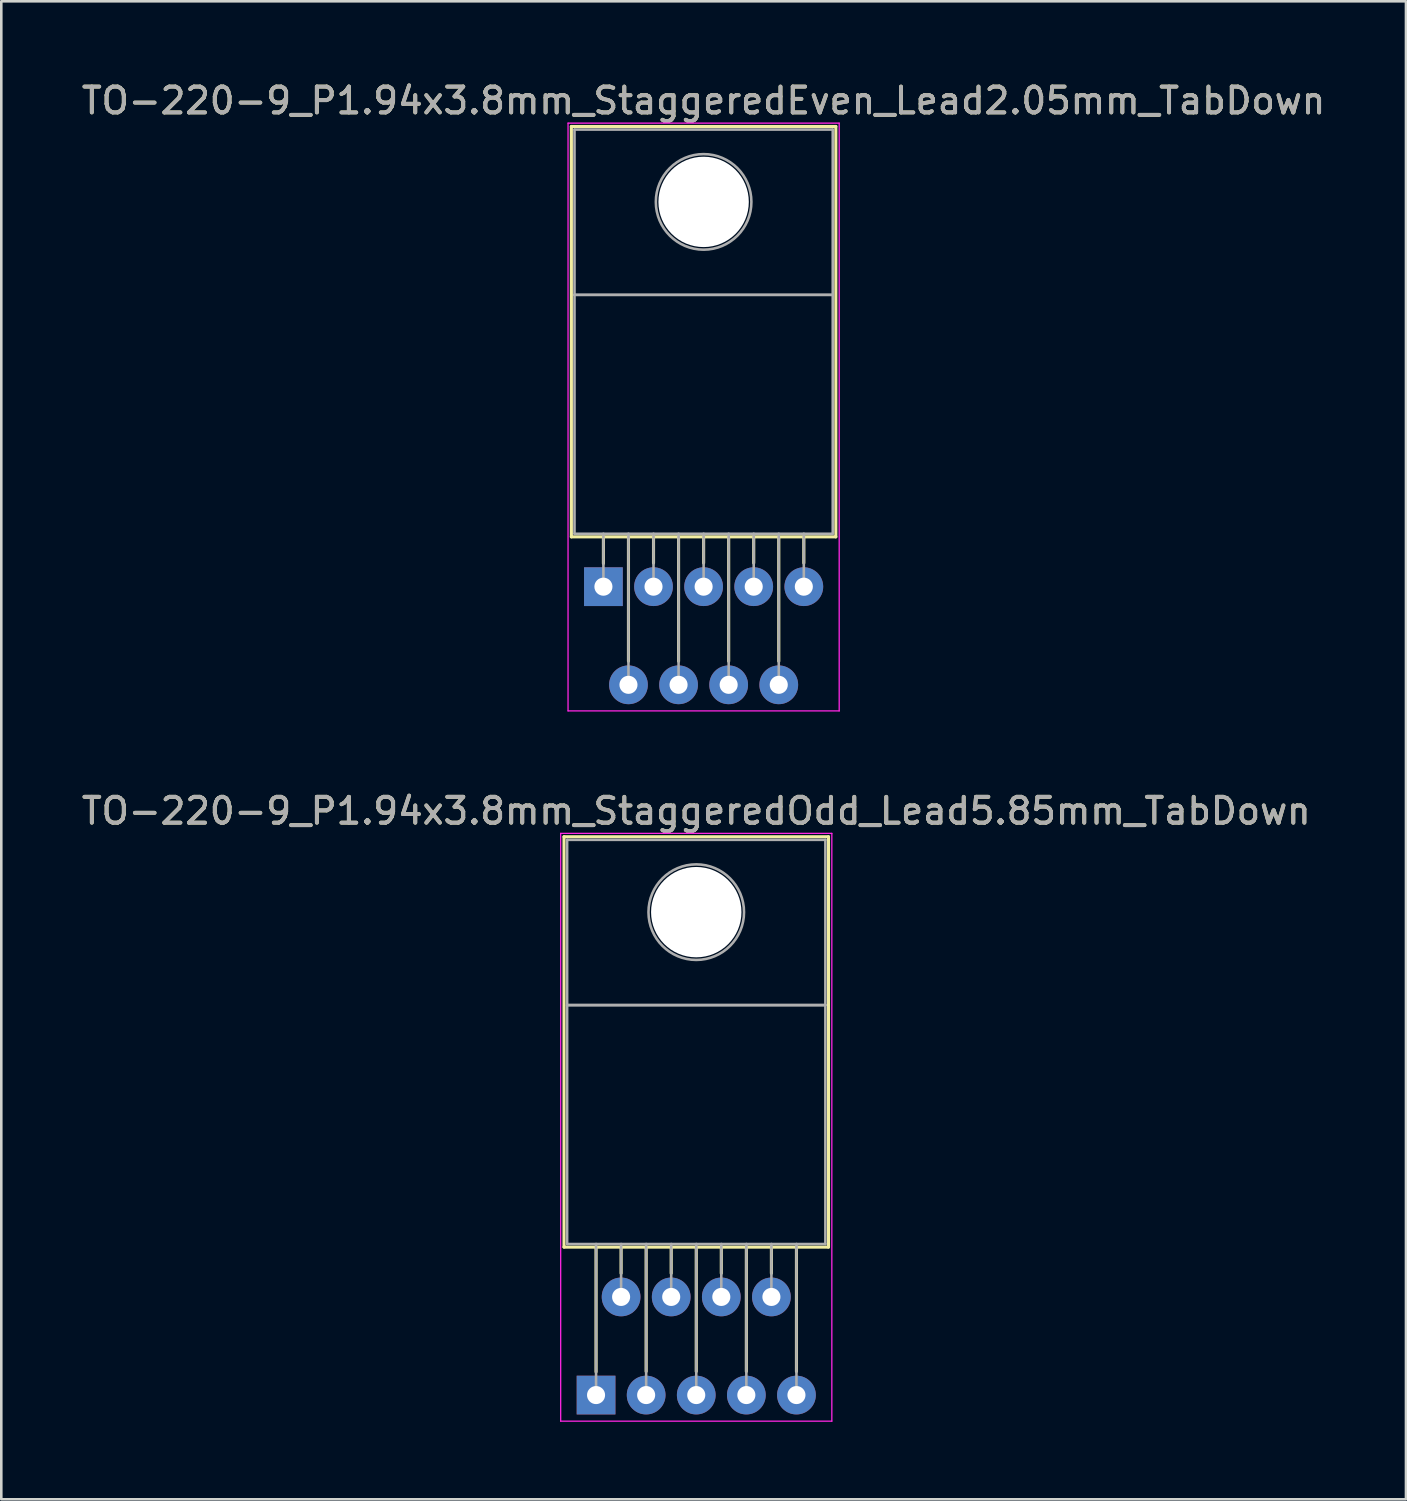
<source format=kicad_pcb>
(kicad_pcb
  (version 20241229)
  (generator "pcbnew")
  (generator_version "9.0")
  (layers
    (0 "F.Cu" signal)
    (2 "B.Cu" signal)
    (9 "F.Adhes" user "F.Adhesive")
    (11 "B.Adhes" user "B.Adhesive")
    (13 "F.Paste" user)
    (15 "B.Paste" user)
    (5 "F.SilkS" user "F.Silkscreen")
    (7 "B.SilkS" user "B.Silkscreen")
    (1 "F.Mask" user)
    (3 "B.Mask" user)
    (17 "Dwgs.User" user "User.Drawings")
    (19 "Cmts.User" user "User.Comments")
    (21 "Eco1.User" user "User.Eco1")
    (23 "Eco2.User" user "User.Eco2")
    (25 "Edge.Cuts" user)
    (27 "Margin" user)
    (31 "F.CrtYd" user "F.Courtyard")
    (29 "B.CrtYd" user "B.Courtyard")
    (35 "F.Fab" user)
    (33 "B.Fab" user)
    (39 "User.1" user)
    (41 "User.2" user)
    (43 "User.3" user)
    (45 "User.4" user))
  (footprint "TO-220-9_P1.94x3.8mm_StaggeredOdd_Lead5.85mm_TabDown"
    (layer "F.Cu")
    (at 20.031 50.971)
    (property "Reference" "TO-220-9_P1.94x3.8mm_StaggeredOdd_Lead5.85mm_TabDown" (at 3.88 -22.62 0) (layer "F.SilkS") (effects (font (size 1 1) (thickness 0.15))))
    (attr through_hole)
    (fp_line (start -1.241 -21.62) (end -1.241 -5.73) (stroke (width 0.12) (type solid)) (layer "F.SilkS"))
    (fp_line (start -1.241 -21.62) (end 9 -21.62) (stroke (width 0.12) (type solid)) (layer "F.SilkS"))
    (fp_line (start -1.241 -5.73) (end 9 -5.73) (stroke (width 0.12) (type solid)) (layer "F.SilkS"))
    (fp_line (start 0 -5.73) (end 0 -0.9) (stroke (width 0.12) (type solid)) (layer "F.SilkS"))
    (fp_line (start 0.97 -5.73) (end 0.97 -4.716) (stroke (width 0.12) (type solid)) (layer "F.SilkS"))
    (fp_line (start 1.94 -5.73) (end 1.94 -0.915) (stroke (width 0.12) (type solid)) (layer "F.SilkS"))
    (fp_line (start 2.91 -5.73) (end 2.91 -4.716) (stroke (width 0.12) (type solid)) (layer "F.SilkS"))
    (fp_line (start 3.88 -5.73) (end 3.88 -0.915) (stroke (width 0.12) (type solid)) (layer "F.SilkS"))
    (fp_line (start 4.85 -5.73) (end 4.85 -4.716) (stroke (width 0.12) (type solid)) (layer "F.SilkS"))
    (fp_line (start 5.82 -5.73) (end 5.82 -0.915) (stroke (width 0.12) (type solid)) (layer "F.SilkS"))
    (fp_line (start 6.79 -5.73) (end 6.79 -4.716) (stroke (width 0.12) (type solid)) (layer "F.SilkS"))
    (fp_line (start 7.76 -5.73) (end 7.76 -0.915) (stroke (width 0.12) (type solid)) (layer "F.SilkS"))
    (fp_line (start 9 -21.62) (end 9 -5.73) (stroke (width 0.12) (type solid)) (layer "F.SilkS"))
    (fp_line (start -1.37 -21.75) (end -1.37 1.01) (stroke (width 0.05) (type solid)) (layer "F.CrtYd"))
    (fp_line (start -1.37 1.01) (end 9.13 1.01) (stroke (width 0.05) (type solid)) (layer "F.CrtYd"))
    (fp_line (start 9.13 -21.75) (end -1.37 -21.75) (stroke (width 0.05) (type solid)) (layer "F.CrtYd"))
    (fp_line (start 9.13 1.01) (end 9.13 -21.75) (stroke (width 0.05) (type solid)) (layer "F.CrtYd"))
    (fp_line (start -1.12 -21.5) (end 8.88 -21.5) (stroke (width 0.1) (type solid)) (layer "F.Fab"))
    (fp_line (start -1.12 -15.1) (end -1.12 -21.5) (stroke (width 0.1) (type solid)) (layer "F.Fab"))
    (fp_line (start -1.12 -15.1) (end 8.88 -15.1) (stroke (width 0.1) (type solid)) (layer "F.Fab"))
    (fp_line (start -1.12 -5.85) (end -1.12 -15.1) (stroke (width 0.1) (type solid)) (layer "F.Fab"))
    (fp_line (start 0 -5.85) (end 0 0) (stroke (width 0.1) (type solid)) (layer "F.Fab"))
    (fp_line (start 0.97 -5.85) (end 0.97 -3.8) (stroke (width 0.1) (type solid)) (layer "F.Fab"))
    (fp_line (start 1.94 -5.85) (end 1.94 0) (stroke (width 0.1) (type solid)) (layer "F.Fab"))
    (fp_line (start 2.91 -5.85) (end 2.91 -3.8) (stroke (width 0.1) (type solid)) (layer "F.Fab"))
    (fp_line (start 3.88 -5.85) (end 3.88 0) (stroke (width 0.1) (type solid)) (layer "F.Fab"))
    (fp_line (start 4.85 -5.85) (end 4.85 -3.8) (stroke (width 0.1) (type solid)) (layer "F.Fab"))
    (fp_line (start 5.82 -5.85) (end 5.82 0) (stroke (width 0.1) (type solid)) (layer "F.Fab"))
    (fp_line (start 6.79 -5.85) (end 6.79 -3.8) (stroke (width 0.1) (type solid)) (layer "F.Fab"))
    (fp_line (start 7.76 -5.85) (end 7.76 0) (stroke (width 0.1) (type solid)) (layer "F.Fab"))
    (fp_line (start 8.88 -21.5) (end 8.88 -15.1) (stroke (width 0.1) (type solid)) (layer "F.Fab"))
    (fp_line (start 8.88 -15.1) (end -1.12 -15.1) (stroke (width 0.1) (type solid)) (layer "F.Fab"))
    (fp_line (start 8.88 -15.1) (end 8.88 -5.85) (stroke (width 0.1) (type solid)) (layer "F.Fab"))
    (fp_line (start 8.88 -5.85) (end -1.12 -5.85) (stroke (width 0.1) (type solid)) (layer "F.Fab"))
    (fp_circle (center 3.88 -18.7) (end 5.73 -18.7) (stroke (width 0.1) (type solid)) (fill no) (layer "F.Fab"))
    (fp_text user "${REFERENCE}" (at 3.88 -22.62 0) (layer "F.Fab") (effects (font (size 1 1) (thickness 0.15))))
    (pad "" np_thru_hole oval (at 3.88 -18.7) (size 3.5 3.5) (drill 3.5) (layers "*.Cu" "*.Mask"))
    (pad "1" thru_hole rect (at 0 0) (size 1.5 1.5) (drill 0.7) (layers "*.Cu" "*.Mask"))
    (pad "2" thru_hole oval (at 0.97 -3.8) (size 1.5 1.5) (drill 0.7) (layers "*.Cu" "*.Mask"))
    (pad "3" thru_hole oval (at 1.94 0) (size 1.5 1.5) (drill 0.7) (layers "*.Cu" "*.Mask"))
    (pad "4" thru_hole oval (at 2.91 -3.8) (size 1.5 1.5) (drill 0.7) (layers "*.Cu" "*.Mask"))
    (pad "5" thru_hole oval (at 3.88 0) (size 1.5 1.5) (drill 0.7) (layers "*.Cu" "*.Mask"))
    (pad "6" thru_hole oval (at 4.85 -3.8) (size 1.5 1.5) (drill 0.7) (layers "*.Cu" "*.Mask"))
    (pad "7" thru_hole oval (at 5.82 0) (size 1.5 1.5) (drill 0.7) (layers "*.Cu" "*.Mask"))
    (pad "8" thru_hole oval (at 6.79 -3.8) (size 1.5 1.5) (drill 0.7) (layers "*.Cu" "*.Mask"))
    (pad "9" thru_hole oval (at 7.76 0) (size 1.5 1.5) (drill 0.7) (layers "*.Cu" "*.Mask")))
  (footprint "TO-220-9_P1.94x3.8mm_StaggeredEven_Lead2.05mm_TabDown"
    (layer "F.Cu")
    (at 20.316 19.668)
    (property "Reference" "TO-220-9_P1.94x3.8mm_StaggeredEven_Lead2.05mm_TabDown" (at 3.88 -18.82 0) (layer "F.SilkS") (effects (font (size 1 1) (thickness 0.15))))
    (attr through_hole)
    (fp_line (start -1.241 -17.82) (end -1.241 -1.93) (stroke (width 0.12) (type solid)) (layer "F.SilkS"))
    (fp_line (start -1.241 -17.82) (end 9 -17.82) (stroke (width 0.12) (type solid)) (layer "F.SilkS"))
    (fp_line (start -1.241 -1.93) (end 9 -1.93) (stroke (width 0.12) (type solid)) (layer "F.SilkS"))
    (fp_line (start 0 -1.93) (end 0 -0.9) (stroke (width 0.12) (type solid)) (layer "F.SilkS"))
    (fp_line (start 0.97 -1.93) (end 0.97 2.885) (stroke (width 0.12) (type solid)) (layer "F.SilkS"))
    (fp_line (start 1.94 -1.93) (end 1.94 -0.916) (stroke (width 0.12) (type solid)) (layer "F.SilkS"))
    (fp_line (start 2.91 -1.93) (end 2.91 2.885) (stroke (width 0.12) (type solid)) (layer "F.SilkS"))
    (fp_line (start 3.88 -1.93) (end 3.88 -0.916) (stroke (width 0.12) (type solid)) (layer "F.SilkS"))
    (fp_line (start 4.85 -1.93) (end 4.85 2.885) (stroke (width 0.12) (type solid)) (layer "F.SilkS"))
    (fp_line (start 5.82 -1.93) (end 5.82 -0.916) (stroke (width 0.12) (type solid)) (layer "F.SilkS"))
    (fp_line (start 6.79 -1.93) (end 6.79 2.885) (stroke (width 0.12) (type solid)) (layer "F.SilkS"))
    (fp_line (start 7.76 -1.93) (end 7.76 -0.916) (stroke (width 0.12) (type solid)) (layer "F.SilkS"))
    (fp_line (start 9 -17.82) (end 9 -1.93) (stroke (width 0.12) (type solid)) (layer "F.SilkS"))
    (fp_line (start -1.37 -17.95) (end -1.37 4.81) (stroke (width 0.05) (type solid)) (layer "F.CrtYd"))
    (fp_line (start -1.37 4.81) (end 9.13 4.81) (stroke (width 0.05) (type solid)) (layer "F.CrtYd"))
    (fp_line (start 9.13 -17.95) (end -1.37 -17.95) (stroke (width 0.05) (type solid)) (layer "F.CrtYd"))
    (fp_line (start 9.13 4.81) (end 9.13 -17.95) (stroke (width 0.05) (type solid)) (layer "F.CrtYd"))
    (fp_line (start -1.12 -17.7) (end 8.88 -17.7) (stroke (width 0.1) (type solid)) (layer "F.Fab"))
    (fp_line (start -1.12 -11.3) (end -1.12 -17.7) (stroke (width 0.1) (type solid)) (layer "F.Fab"))
    (fp_line (start -1.12 -11.3) (end 8.88 -11.3) (stroke (width 0.1) (type solid)) (layer "F.Fab"))
    (fp_line (start -1.12 -2.05) (end -1.12 -11.3) (stroke (width 0.1) (type solid)) (layer "F.Fab"))
    (fp_line (start 0 -2.05) (end 0 0) (stroke (width 0.1) (type solid)) (layer "F.Fab"))
    (fp_line (start 0.97 -2.05) (end 0.97 3.8) (stroke (width 0.1) (type solid)) (layer "F.Fab"))
    (fp_line (start 1.94 -2.05) (end 1.94 0) (stroke (width 0.1) (type solid)) (layer "F.Fab"))
    (fp_line (start 2.91 -2.05) (end 2.91 3.8) (stroke (width 0.1) (type solid)) (layer "F.Fab"))
    (fp_line (start 3.88 -2.05) (end 3.88 0) (stroke (width 0.1) (type solid)) (layer "F.Fab"))
    (fp_line (start 4.85 -2.05) (end 4.85 3.8) (stroke (width 0.1) (type solid)) (layer "F.Fab"))
    (fp_line (start 5.82 -2.05) (end 5.82 0) (stroke (width 0.1) (type solid)) (layer "F.Fab"))
    (fp_line (start 6.79 -2.05) (end 6.79 3.8) (stroke (width 0.1) (type solid)) (layer "F.Fab"))
    (fp_line (start 7.76 -2.05) (end 7.76 0) (stroke (width 0.1) (type solid)) (layer "F.Fab"))
    (fp_line (start 8.88 -17.7) (end 8.88 -11.3) (stroke (width 0.1) (type solid)) (layer "F.Fab"))
    (fp_line (start 8.88 -11.3) (end -1.12 -11.3) (stroke (width 0.1) (type solid)) (layer "F.Fab"))
    (fp_line (start 8.88 -11.3) (end 8.88 -2.05) (stroke (width 0.1) (type solid)) (layer "F.Fab"))
    (fp_line (start 8.88 -2.05) (end -1.12 -2.05) (stroke (width 0.1) (type solid)) (layer "F.Fab"))
    (fp_circle (center 3.88 -14.9) (end 5.73 -14.9) (stroke (width 0.1) (type solid)) (fill no) (layer "F.Fab"))
    (fp_text user "${REFERENCE}" (at 3.88 -18.82 0) (layer "F.Fab") (effects (font (size 1 1) (thickness 0.15))))
    (pad "" np_thru_hole oval (at 3.88 -14.9) (size 3.5 3.5) (drill 3.5) (layers "*.Cu" "*.Mask"))
    (pad "1" thru_hole rect (at 0 0) (size 1.5 1.5) (drill 0.7) (layers "*.Cu" "*.Mask"))
    (pad "2" thru_hole oval (at 0.97 3.8) (size 1.5 1.5) (drill 0.7) (layers "*.Cu" "*.Mask"))
    (pad "3" thru_hole oval (at 1.94 0) (size 1.5 1.5) (drill 0.7) (layers "*.Cu" "*.Mask"))
    (pad "4" thru_hole oval (at 2.91 3.8) (size 1.5 1.5) (drill 0.7) (layers "*.Cu" "*.Mask"))
    (pad "5" thru_hole oval (at 3.88 0) (size 1.5 1.5) (drill 0.7) (layers "*.Cu" "*.Mask"))
    (pad "6" thru_hole oval (at 4.85 3.8) (size 1.5 1.5) (drill 0.7) (layers "*.Cu" "*.Mask"))
    (pad "7" thru_hole oval (at 5.82 0) (size 1.5 1.5) (drill 0.7) (layers "*.Cu" "*.Mask"))
    (pad "8" thru_hole oval (at 6.79 3.8) (size 1.5 1.5) (drill 0.7) (layers "*.Cu" "*.Mask"))
    (pad "9" thru_hole oval (at 7.76 0) (size 1.5 1.5) (drill 0.7) (layers "*.Cu" "*.Mask")))
  (gr_rect
    (start -3 -3)
    (end 51.393 55.007)
    (stroke (width 0.1) (type default))
    (fill no)
    (layer "Edge.Cuts")))
</source>
